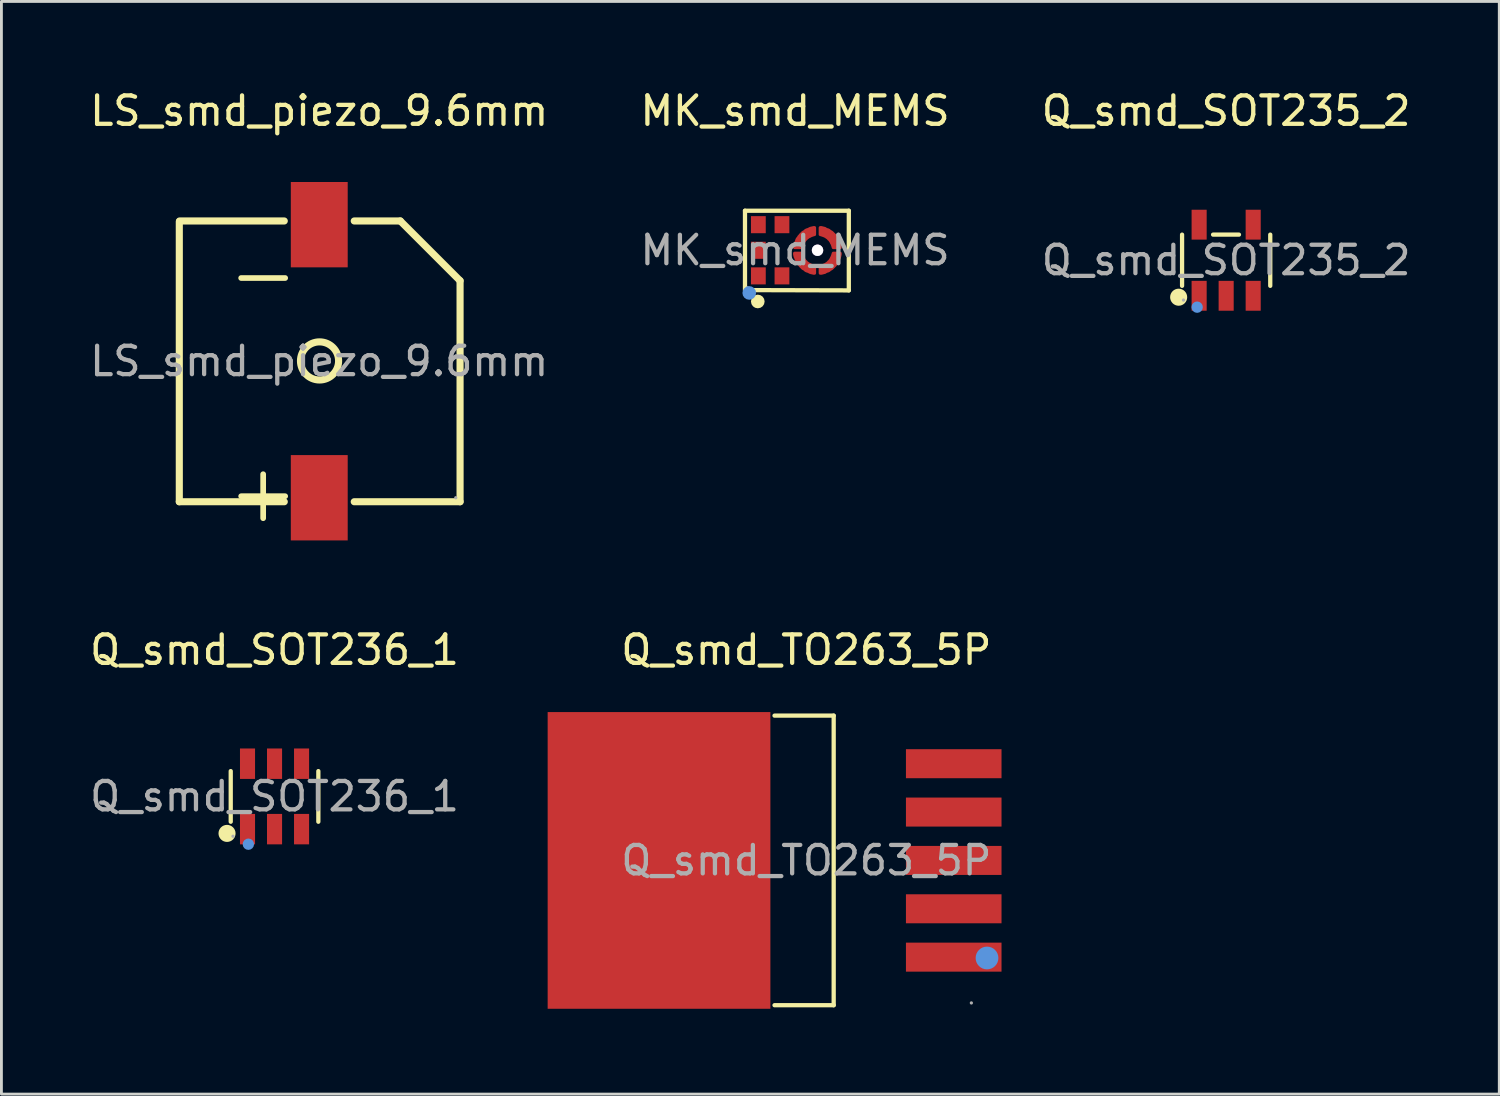
<source format=kicad_pcb>
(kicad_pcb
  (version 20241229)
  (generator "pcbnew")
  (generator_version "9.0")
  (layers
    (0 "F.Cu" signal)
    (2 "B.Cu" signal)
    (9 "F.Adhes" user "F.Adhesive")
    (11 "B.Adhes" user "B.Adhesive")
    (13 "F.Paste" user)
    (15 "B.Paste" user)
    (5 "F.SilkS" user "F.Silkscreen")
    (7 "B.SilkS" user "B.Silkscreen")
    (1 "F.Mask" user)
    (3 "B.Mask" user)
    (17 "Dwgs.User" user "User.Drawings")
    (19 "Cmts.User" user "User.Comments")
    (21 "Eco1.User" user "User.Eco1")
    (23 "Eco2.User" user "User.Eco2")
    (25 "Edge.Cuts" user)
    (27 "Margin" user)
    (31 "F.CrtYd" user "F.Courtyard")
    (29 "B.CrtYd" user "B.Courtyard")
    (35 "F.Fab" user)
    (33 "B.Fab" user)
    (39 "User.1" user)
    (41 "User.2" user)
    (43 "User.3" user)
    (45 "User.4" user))
  (footprint "Q_smd_SOT235_2"
    (layer "F.Cu")
    (at 40.054 6.098)
    (property "Reference" "Q_smd_SOT235_2" (at 0 -5.25 0) (layer "F.SilkS") (effects (font (size 1 1) (thickness 0.15))))
    (attr smd)
    (fp_line (start -1.55 0.9) (end -1.55 -0.9) (stroke (width 0.15) (type solid)) (layer "F.SilkS"))
    (fp_line (start 0.45 -0.9) (end -0.46 -0.9) (stroke (width 0.15) (type solid)) (layer "F.SilkS"))
    (fp_line (start 1.55 0.9) (end 1.55 -0.9) (stroke (width 0.15) (type solid)) (layer "F.SilkS"))
    (fp_circle (center -1.67 1.3) (end -1.52 1.3) (stroke (width 0.3) (type solid)) (fill no) (layer "F.SilkS"))
    (fp_circle (center -1.02 1.65) (end -0.92 1.65) (stroke (width 0.2) (type solid)) (fill no) (layer "Cmts.User"))
    (fp_circle (center -1.5 1.4) (end -1.47 1.4) (stroke (width 0.06) (type solid)) (fill no) (layer "F.Fab"))
    (fp_text user "${REFERENCE}" (at 0 0 0) (layer "F.Fab") (effects (font (size 1 1) (thickness 0.15))))
    (pad "1" smd rect (at -0.95 1.25) (size 0.53 1.05) (layers "F.Cu" "F.Mask" "F.Paste"))
    (pad "2" smd rect (at 0 1.25) (size 0.53 1.05) (layers "F.Cu" "F.Mask" "F.Paste"))
    (pad "3" smd rect (at 0.95 1.25) (size 0.53 1.05) (layers "F.Cu" "F.Mask" "F.Paste"))
    (pad "4" smd rect (at 0.95 -1.25) (size 0.53 1.05) (layers "F.Cu" "F.Mask" "F.Paste"))
    (pad "5" smd rect (at -0.95 -1.25) (size 0.53 1.05) (layers "F.Cu" "F.Mask" "F.Paste")))
  (footprint "MK_smd_MEMS"
    (layer "F.Cu")
    (at 24.899 5.748)
    (property "Reference" "MK_smd_MEMS" (at 0 -4.9 0) (layer "F.SilkS") (effects (font (size 1 1) (thickness 0.15))))
    (attr smd)
    (fp_line (start -1.76 -1.39) (end -1.76 1.41) (stroke (width 0.15) (type solid)) (layer "F.SilkS"))
    (fp_line (start -1.76 -1.39) (end 1.89 -1.39) (stroke (width 0.15) (type solid)) (layer "F.SilkS"))
    (fp_line (start 1.89 -1.39) (end 1.89 1.41) (stroke (width 0.15) (type solid)) (layer "F.SilkS"))
    (fp_line (start 1.89 1.41) (end -1.71 1.4) (stroke (width 0.15) (type solid)) (layer "F.SilkS"))
    (fp_circle (center -1.31 1.8) (end -1.19 1.8) (stroke (width 0.24) (type solid)) (fill no) (layer "F.SilkS"))
    (fp_circle (center -1.61 1.5) (end -1.49 1.5) (stroke (width 0.24) (type solid)) (fill no) (layer "Cmts.User"))
    (fp_circle (center -1.67 1.32) (end -1.64 1.32) (stroke (width 0.06) (type solid)) (fill no) (layer "F.Fab"))
    (fp_text user "${REFERENCE}" (at 0 0 0) (layer "F.Fab") (effects (font (size 1 1) (thickness 0.15))))
    (pad "" thru_hole circle (at 0.79 0) (size 0.4 0.4) (drill 0.4) (layers "*.Cu" "*.Mask"))
    (pad "1" smd rect (at -1.29 0.9 90) (size 0.6 0.52) (layers "F.Cu" "F.Mask" "F.Paste"))
    (pad "2" smd rect (at -0.46 0.9 90) (size 0.6 0.52) (layers "F.Cu" "F.Mask" "F.Paste"))
    (pad "3" smd custom (at 0.28 0.45) (size 0.01 0.01) (layers "F.Cu" "F.Mask" "F.Paste") (options (anchor circle)) (primitives (gr_poly (pts (xy 0.41 0.36) (xy 0.41 0.11) (xy 0.37 0.1) (xy 0.34 0.09) (xy 0.31 0.08) (xy 0.28 0.07) (xy 0.25 0.05) (xy 0.22 0.04) (xy 0.19 0.02) (xy 0.16 0) (xy 0.13 -0.02) (xy 0.11 -0.05) (xy 0.08 -0.07) (xy 0.06 -0.1) (xy 0.04 -0.13) (xy 0.02 -0.16) (xy 0.01 -0.19) (xy -0.01 -0.22) (xy -0.02 -0.25) (xy -0.03 -0.28) (xy -0.04 -0.31) (xy -0.05 -0.35) (xy -0.3 -0.35) (xy -0.3 -0.31) (xy -0.29 -0.26) (xy -0.28 -0.22) (xy -0.26 -0.18) (xy -0.25 -0.15) (xy -0.23 -0.11) (xy -0.22 -0.07) (xy -0.2 -0.03) (xy -0.17 0) (xy -0.15 0.04) (xy -0.12 0.07) (xy -0.1 0.1) (xy -0.07 0.13) (xy -0.04 0.16) (xy -0.01 0.19) (xy 0.03 0.21) (xy 0.06 0.23) (xy 0.09 0.26) (xy 0.13 0.28) (xy 0.17 0.29) (xy 0.21 0.31) (xy 0.25 0.33) (xy 0.28 0.34) (xy 0.33 0.35) (xy 0.37 0.36) (xy 0.41 0.36)) (width 0.1) (fill yes))))
    (pad "3" smd custom (at 0.33 -0.51) (size 0.01 0.01) (layers "F.Cu" "F.Mask" "F.Paste") (options (anchor circle)) (primitives (gr_poly (pts (xy -0.35 0.42) (xy -0.1 0.42) (xy -0.09 0.38) (xy -0.08 0.35) (xy -0.07 0.32) (xy -0.06 0.29) (xy -0.04 0.26) (xy -0.03 0.23) (xy -0.01 0.2) (xy 0.01 0.17) (xy 0.03 0.14) (xy 0.06 0.12) (xy 0.08 0.09) (xy 0.11 0.07) (xy 0.14 0.05) (xy 0.17 0.03) (xy 0.2 0.02) (xy 0.23 0) (xy 0.26 -0.01) (xy 0.29 -0.02) (xy 0.32 -0.03) (xy 0.36 -0.04) (xy 0.36 -0.29) (xy 0.32 -0.29) (xy 0.28 -0.28) (xy 0.23 -0.27) (xy 0.2 -0.26) (xy 0.16 -0.24) (xy 0.12 -0.22) (xy 0.08 -0.21) (xy 0.04 -0.19) (xy 0.01 -0.16) (xy -0.02 -0.14) (xy -0.06 -0.12) (xy -0.09 -0.09) (xy -0.12 -0.06) (xy -0.15 -0.03) (xy -0.17 0) (xy -0.2 0.03) (xy -0.22 0.07) (xy -0.25 0.1) (xy -0.27 0.14) (xy -0.28 0.18) (xy -0.3 0.22) (xy -0.31 0.25) (xy -0.33 0.29) (xy -0.34 0.33) (xy -0.35 0.38) (xy -0.35 0.42)) (width 0.1) (fill yes))))
    (pad "3" smd custom (at 1.23 0.51) (size 0.01 0.01) (layers "F.Cu" "F.Mask" "F.Paste") (options (anchor circle)) (primitives (gr_poly (pts (xy 0.36 -0.41) (xy 0.11 -0.41) (xy 0.1 -0.37) (xy 0.09 -0.34) (xy 0.08 -0.31) (xy 0.07 -0.28) (xy 0.05 -0.25) (xy 0.04 -0.22) (xy 0.02 -0.19) (xy 0 -0.16) (xy -0.02 -0.13) (xy -0.05 -0.11) (xy -0.07 -0.08) (xy -0.1 -0.06) (xy -0.13 -0.04) (xy -0.15 -0.02) (xy -0.18 -0.01) (xy -0.22 0.01) (xy -0.25 0.02) (xy -0.28 0.03) (xy -0.31 0.04) (xy -0.35 0.05) (xy -0.35 0.3) (xy -0.3 0.3) (xy -0.26 0.29) (xy -0.22 0.28) (xy -0.18 0.27) (xy -0.15 0.25) (xy -0.11 0.23) (xy -0.07 0.22) (xy -0.03 0.2) (xy 0 0.17) (xy 0.04 0.15) (xy 0.07 0.13) (xy 0.1 0.1) (xy 0.13 0.07) (xy 0.16 0.04) (xy 0.19 0.01) (xy 0.21 -0.02) (xy 0.23 -0.06) (xy 0.26 -0.09) (xy 0.28 -0.13) (xy 0.3 -0.17) (xy 0.31 -0.21) (xy 0.33 -0.24) (xy 0.34 -0.28) (xy 0.35 -0.32) (xy 0.36 -0.37) (xy 0.36 -0.41)) (width 0.1) (fill yes))))
    (pad "3" smd custom (at 1.29 -0.45) (size 0.01 0.01) (layers "F.Cu" "F.Mask" "F.Paste") (options (anchor circle)) (primitives (gr_poly (pts (xy -0.41 -0.35) (xy -0.41 -0.1) (xy -0.37 -0.09) (xy -0.34 -0.08) (xy -0.31 -0.07) (xy -0.28 -0.06) (xy -0.24 -0.04) (xy -0.21 -0.03) (xy -0.19 -0.01) (xy -0.16 0.01) (xy -0.13 0.03) (xy -0.11 0.06) (xy -0.08 0.08) (xy -0.06 0.11) (xy -0.04 0.14) (xy -0.02 0.17) (xy -0.01 0.2) (xy 0.01 0.23) (xy 0.02 0.26) (xy 0.03 0.29) (xy 0.04 0.32) (xy 0.05 0.36) (xy 0.3 0.36) (xy 0.3 0.32) (xy 0.29 0.27) (xy 0.28 0.23) (xy 0.27 0.19) (xy 0.25 0.16) (xy 0.24 0.12) (xy 0.22 0.08) (xy 0.2 0.04) (xy 0.17 0.01) (xy 0.15 -0.03) (xy 0.13 -0.06) (xy 0.1 -0.09) (xy 0.07 -0.12) (xy 0.04 -0.15) (xy 0.01 -0.18) (xy -0.02 -0.2) (xy -0.06 -0.22) (xy -0.09 -0.25) (xy -0.13 -0.27) (xy -0.17 -0.28) (xy -0.21 -0.3) (xy -0.24 -0.32) (xy -0.28 -0.33) (xy -0.32 -0.34) (xy -0.36 -0.35) (xy -0.41 -0.35)) (width 0.1) (fill yes))))
    (pad "4" smd rect (at -0.46 -0.9 90) (size 0.6 0.52) (layers "F.Cu" "F.Mask" "F.Paste"))
    (pad "5" smd rect (at -1.29 -0.9 90) (size 0.6 0.52) (layers "F.Cu" "F.Mask" "F.Paste"))
    (pad "6" smd rect (at -1.29 0 90) (size 0.6 0.52) (layers "F.Cu" "F.Mask" "F.Paste")))
  (footprint "LS_smd_piezo_9.6mm"
    (layer "F.Cu")
    (at 8.173 9.648)
    (property "Reference" "LS_smd_piezo_9.6mm" (at 0 -8.8 0) (layer "F.SilkS") (effects (font (size 1 1) (thickness 0.15))))
    (attr smd)
    (fp_line (start -4.92 -4.91) (end -4.92 4.94) (stroke (width 0.25) (type solid)) (layer "F.SilkS"))
    (fp_line (start -4.92 4.94) (end -1.23 4.94) (stroke (width 0.25) (type solid)) (layer "F.SilkS"))
    (fp_line (start -1.23 -4.93) (end -4.91 -4.93) (stroke (width 0.25) (type solid)) (layer "F.SilkS"))
    (fp_line (start 1.23 4.94) (end 4.95 4.94) (stroke (width 0.25) (type solid)) (layer "F.SilkS"))
    (fp_line (start 2.85 -4.93) (end 1.23 -4.93) (stroke (width 0.25) (type solid)) (layer "F.SilkS"))
    (fp_line (start 4.95 -2.83) (end 2.85 -4.93) (stroke (width 0.25) (type solid)) (layer "F.SilkS"))
    (fp_line (start 4.95 4.94) (end 4.95 -2.83) (stroke (width 0.25) (type solid)) (layer "F.SilkS"))
    (fp_circle (center 0.01 -0.01) (end 0.68 -0.01) (stroke (width 0.25) (type solid)) (fill no) (layer "F.SilkS"))
    (fp_circle (center 4.8 4.8) (end 4.83 4.8) (stroke (width 0.06) (type solid)) (fill no) (layer "F.Fab"))
    (fp_text user "-" (at -3.36 -3.08 0) (layer "F.SilkS") (effects (font (size 2.03 2.03) (thickness 0.2)) (justify left)))
    (fp_text user "+" (at -3.36 4.59 0) (layer "F.SilkS") (effects (font (size 2.03 2.03) (thickness 0.2)) (justify left)))
    (fp_text user "${REFERENCE}" (at 0 0 0) (layer "F.Fab") (effects (font (size 1 1) (thickness 0.15))))
    (pad "1" smd rect (at 0 4.8) (size 2 3) (layers "F.Cu" "F.Mask" "F.Paste"))
    (pad "2" smd rect (at 0 -4.8) (size 2 3) (layers "F.Cu" "F.Mask" "F.Paste")))
  (footprint "Q_smd_SOT236_1"
    (layer "F.Cu")
    (at 6.601 24.947)
    (property "Reference" "Q_smd_SOT236_1" (at 0 -5.15 0) (layer "F.SilkS") (effects (font (size 1 1) (thickness 0.15))))
    (attr smd)
    (fp_line (start -1.54 0.89) (end -1.54 -0.89) (stroke (width 0.15) (type solid)) (layer "F.SilkS"))
    (fp_line (start 1.54 0.89) (end 1.54 -0.89) (stroke (width 0.15) (type solid)) (layer "F.SilkS"))
    (fp_circle (center -1.67 1.3) (end -1.52 1.3) (stroke (width 0.3) (type solid)) (fill no) (layer "F.SilkS"))
    (fp_circle (center -0.92 1.68) (end -0.82 1.68) (stroke (width 0.2) (type solid)) (fill no) (layer "Cmts.User"))
    (fp_circle (center -1.46 1.4) (end -1.43 1.4) (stroke (width 0.06) (type solid)) (fill no) (layer "F.Fab"))
    (fp_text user "${REFERENCE}" (at 0 0 0) (layer "F.Fab") (effects (font (size 1 1) (thickness 0.15))))
    (pad "1" smd rect (at -0.95 1.15) (size 0.53 1.07) (layers "F.Cu" "F.Mask" "F.Paste"))
    (pad "2" smd rect (at 0 1.15) (size 0.53 1.07) (layers "F.Cu" "F.Mask" "F.Paste"))
    (pad "3" smd rect (at 0.95 1.15) (size 0.53 1.07) (layers "F.Cu" "F.Mask" "F.Paste"))
    (pad "4" smd rect (at 0.95 -1.15) (size 0.53 1.07) (layers "F.Cu" "F.Mask" "F.Paste"))
    (pad "5" smd rect (at 0 -1.15) (size 0.53 1.07) (layers "F.Cu" "F.Mask" "F.Paste"))
    (pad "6" smd rect (at -0.95 -1.15) (size 0.53 1.07) (layers "F.Cu" "F.Mask" "F.Paste")))
  (footprint "Q_smd_TO263_5P"
    (layer "F.Cu")
    (at 25.297 27.197)
    (property "Reference" "Q_smd_TO263_5P" (at 0 -7.4 0) (layer "F.SilkS") (effects (font (size 1 1) (thickness 0.15))))
    (attr smd)
    (fp_line (start -1.12 -5.09) (end 0.96 -5.09) (stroke (width 0.15) (type solid)) (layer "F.SilkS"))
    (fp_line (start -1.12 5.09) (end 0.96 5.09) (stroke (width 0.15) (type solid)) (layer "F.SilkS"))
    (fp_line (start 0.96 5.09) (end 0.96 -5.09) (stroke (width 0.15) (type solid)) (layer "F.SilkS"))
    (fp_circle (center 6.35 3.43) (end 6.55 3.43) (stroke (width 0.4) (type solid)) (fill no) (layer "Cmts.User"))
    (fp_circle (center 5.8 5.01) (end 5.83 5.01) (stroke (width 0.06) (type solid)) (fill no) (layer "F.Fab"))
    (fp_text user "${REFERENCE}" (at 0 0 0) (layer "F.Fab") (effects (font (size 1 1) (thickness 0.15))))
    (pad "1" smd rect (at 5.18 3.4) (size 3.36 1.02) (layers "F.Cu" "F.Mask" "F.Paste"))
    (pad "2" smd rect (at 5.18 1.7) (size 3.36 1.02) (layers "F.Cu" "F.Mask" "F.Paste"))
    (pad "3" smd rect (at 5.18 0) (size 3.36 1.02) (layers "F.Cu" "F.Mask" "F.Paste"))
    (pad "4" smd rect (at 5.18 -1.7) (size 3.36 1.02) (layers "F.Cu" "F.Mask" "F.Paste"))
    (pad "5" smd rect (at 5.18 -3.4) (size 3.36 1.02) (layers "F.Cu" "F.Mask" "F.Paste"))
    (pad "6" smd rect (at -5.18 0) (size 7.83 10.43) (layers "F.Cu" "F.Mask" "F.Paste")))
  (gr_rect
    (start -3 -3)
    (end 49.655 35.411)
    (stroke (width 0.1) (type default))
    (fill no)
    (layer "Edge.Cuts")))
</source>
